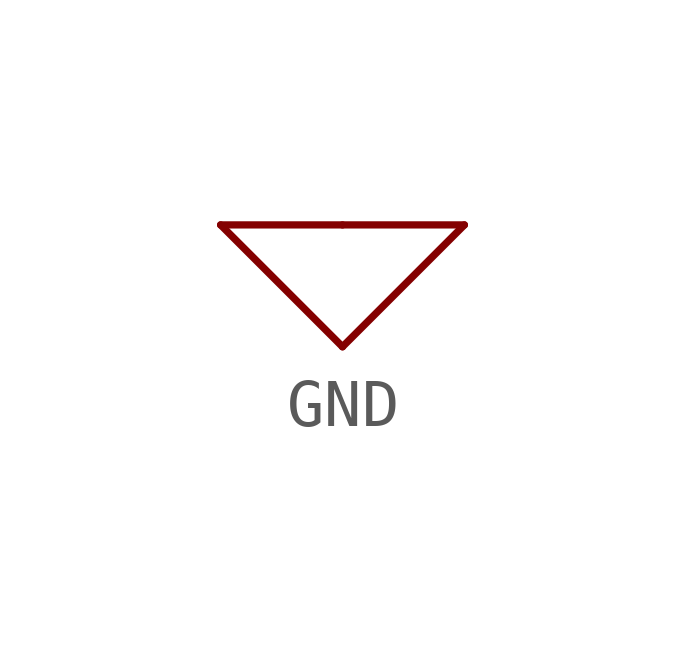
<source format=kicad_sym>
(kicad_symbol_lib
  (version 20211014)
  (generator kicad_symbol_editor)
  (symbol "GND"
    (power)
    (property "Reference" "#X_"
      (at 0 0 0)
      (effects (font (size 1.27 1.27)) hide))
    (property "ki_locked" ""
      (at 0 0 0)
      (effects (font (size 1.27 1.27))))
    (symbol "GND_1_0"
      (polyline (pts (xy -2.54 0) (xy 2.54 0)) (stroke (width 0.152) (type default) (color 0 0 0 0)) (fill (type none)))
      (polyline (pts (xy 0 -2.54) (xy -2.54 0)) (stroke (width 0.152) (type default) (color 0 0 0 0)) (fill (type none)))
      (polyline (pts (xy 2.54 0) (xy 0 -2.54)) (stroke (width 0.152) (type default) (color 0 0 0 0)) (fill (type none)))
      (pin power_in line (at 0 0 0) (length 0) (name "0" (effects (font (size 0 0)))) (number "1" (effects (font (size 0 0))))))))
</source>
